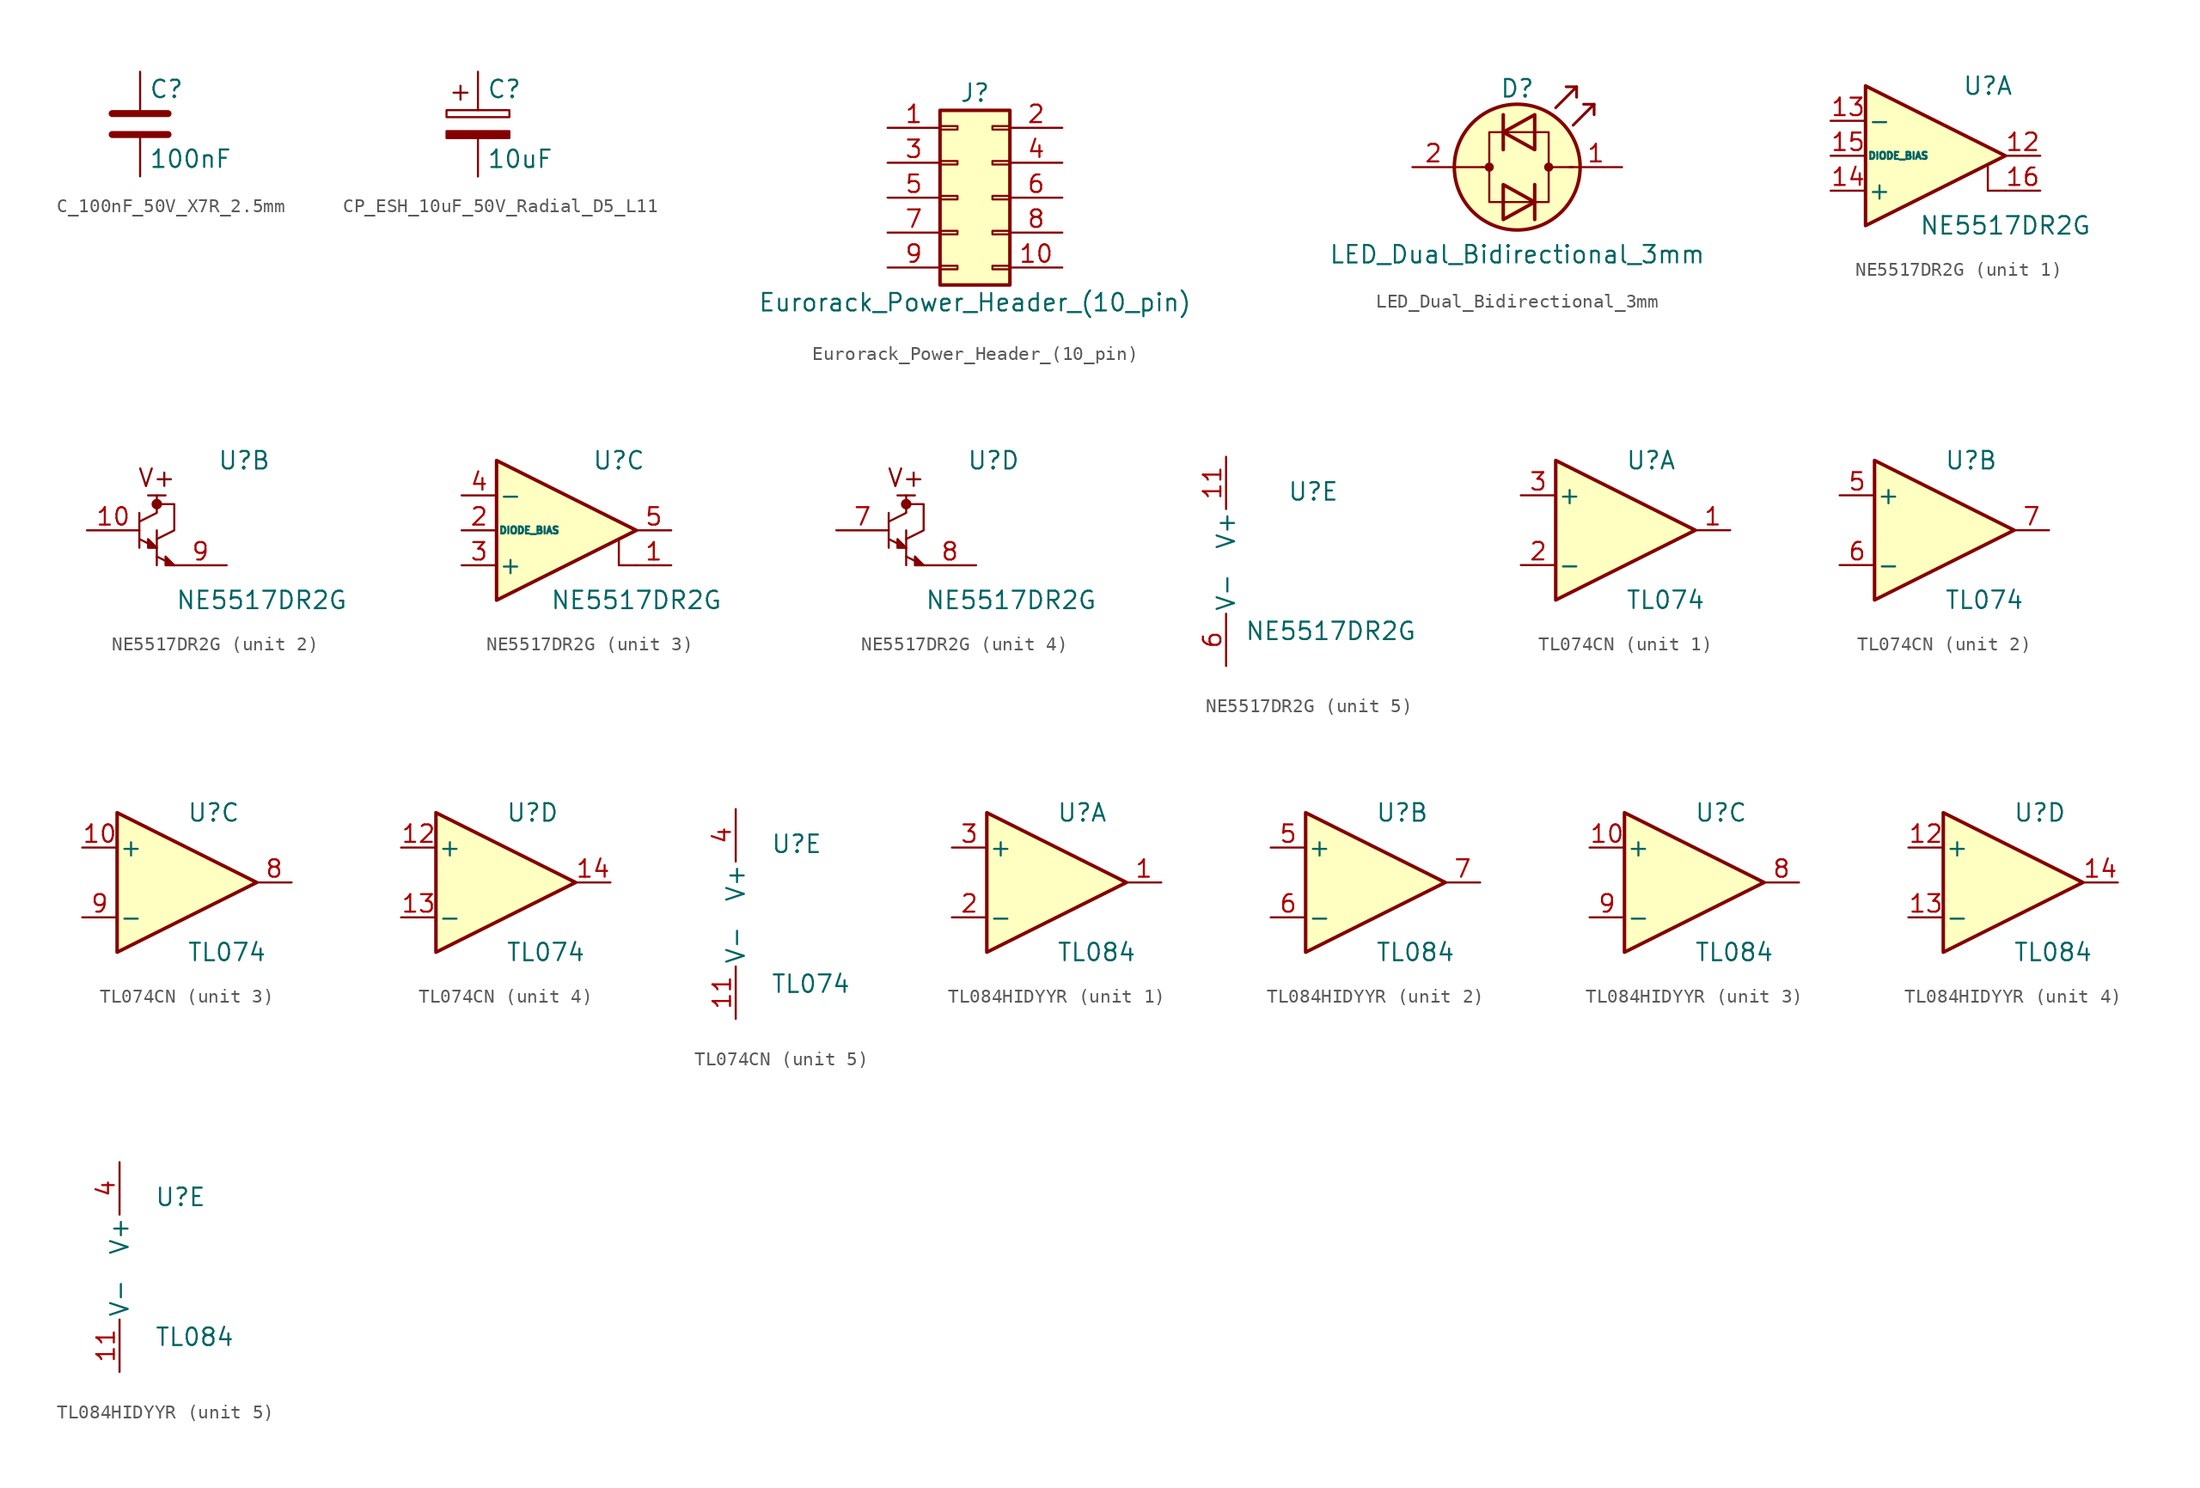
<source format=kicad_sym>
(kicad_symbol_lib
  (version 20241209)
  (generator "kicad_symbol_editor")
  (generator_version "9.0")
  (symbol "C_100nF_50V_X7R_2.5mm"
    (pin_numbers
      (hide yes))
    (pin_names
      (offset 0.254))
    (property "Reference" "C"
      (at 0.635 2.54 0)
      (effects (font (size 1.27 1.27)) (justify left)))
    (property "Value" "100nF"
      (at 0.635 -2.54 0)
      (effects (font (size 1.27 1.27)) (justify left)))
    (symbol "C_100nF_50V_X7R_2.5mm_0_1"
      (polyline (pts (xy -2.032 0.762) (xy 2.032 0.762)) (stroke (width 0.508) (type default)) (fill (type none)))
      (polyline (pts (xy -2.032 -0.762) (xy 2.032 -0.762)) (stroke (width 0.508) (type default)) (fill (type none))))
    (symbol "C_100nF_50V_X7R_2.5mm_1_1"
      (pin passive line (at 0 3.81 270) (length 2.794) (name "~" (effects (font (size 1.27 1.27)))) (number "1" (effects (font (size 1.27 1.27)))))
      (pin passive line (at 0 -3.81 90) (length 2.794) (name "~" (effects (font (size 1.27 1.27)))) (number "2" (effects (font (size 1.27 1.27)))))))
  (symbol "CP_ESH_10uF_50V_Radial_D5_L11"
    (pin_numbers
      (hide yes))
    (pin_names
      (offset 0.254))
    (property "Reference" "C"
      (at 0.635 2.54 0)
      (effects (font (size 1.27 1.27)) (justify left)))
    (property "Value" "10uF"
      (at 0.635 -2.54 0)
      (effects (font (size 1.27 1.27)) (justify left)))
    (symbol "CP_ESH_10uF_50V_Radial_D5_L11_0_1"
      (rectangle (start -2.286 0.508) (end 2.286 1.016) (stroke (width 0) (type default)) (fill (type none)))
      (polyline (pts (xy -1.778 2.286) (xy -0.762 2.286)) (stroke (width 0) (type default)) (fill (type none)))
      (polyline (pts (xy -1.27 2.794) (xy -1.27 1.778)) (stroke (width 0) (type default)) (fill (type none)))
      (rectangle (start 2.286 -0.508) (end -2.286 -1.016) (stroke (width 0) (type default)) (fill (type outline))))
    (symbol "CP_ESH_10uF_50V_Radial_D5_L11_1_1"
      (pin passive line (at 0 3.81 270) (length 2.794) (name "~" (effects (font (size 1.27 1.27)))) (number "1" (effects (font (size 1.27 1.27)))))
      (pin passive line (at 0 -3.81 90) (length 2.794) (name "~" (effects (font (size 1.27 1.27)))) (number "2" (effects (font (size 1.27 1.27)))))))
  (symbol "Eurorack_Power_Header_(10_pin)"
    (pin_names
      (offset 1.016)
      (hide yes))
    (property "Reference" "J"
      (at 1.27 7.62 0)
      (effects (font (size 1.27 1.27))))
    (property "Value" "Eurorack_Power_Header_(10_pin)"
      (at 1.27 -7.62 0)
      (effects (font (size 1.27 1.27))))
    (symbol "Eurorack_Power_Header_(10_pin)_1_1"
      (rectangle (start -1.27 6.35) (end 3.81 -6.35) (stroke (width 0.254) (type default)) (fill (type background)))
      (rectangle (start -1.27 5.207) (end 0 4.953) (stroke (width 0.152) (type default)) (fill (type none)))
      (rectangle (start -1.27 2.667) (end 0 2.413) (stroke (width 0.152) (type default)) (fill (type none)))
      (rectangle (start -1.27 0.127) (end 0 -0.127) (stroke (width 0.152) (type default)) (fill (type none)))
      (rectangle (start -1.27 -2.413) (end 0 -2.667) (stroke (width 0.152) (type default)) (fill (type none)))
      (rectangle (start -1.27 -4.953) (end 0 -5.207) (stroke (width 0.152) (type default)) (fill (type none)))
      (rectangle (start 3.81 5.207) (end 2.54 4.953) (stroke (width 0.152) (type default)) (fill (type none)))
      (rectangle (start 3.81 2.667) (end 2.54 2.413) (stroke (width 0.152) (type default)) (fill (type none)))
      (rectangle (start 3.81 0.127) (end 2.54 -0.127) (stroke (width 0.152) (type default)) (fill (type none)))
      (rectangle (start 3.81 -2.413) (end 2.54 -2.667) (stroke (width 0.152) (type default)) (fill (type none)))
      (rectangle (start 3.81 -4.953) (end 2.54 -5.207) (stroke (width 0.152) (type default)) (fill (type none)))
      (pin passive line (at -5.08 5.08 0) (length 3.81) (name "Pin_1" (effects (font (size 1.27 1.27)))) (number "1" (effects (font (size 1.27 1.27)))))
      (pin passive line (at -5.08 2.54 0) (length 3.81) (name "Pin_3" (effects (font (size 1.27 1.27)))) (number "3" (effects (font (size 1.27 1.27)))))
      (pin passive line (at -5.08 0 0) (length 3.81) (name "Pin_5" (effects (font (size 1.27 1.27)))) (number "5" (effects (font (size 1.27 1.27)))))
      (pin passive line (at -5.08 -2.54 0) (length 3.81) (name "Pin_7" (effects (font (size 1.27 1.27)))) (number "7" (effects (font (size 1.27 1.27)))))
      (pin passive line (at -5.08 -5.08 0) (length 3.81) (name "Pin_9" (effects (font (size 1.27 1.27)))) (number "9" (effects (font (size 1.27 1.27)))))
      (pin passive line (at 7.62 5.08 180) (length 3.81) (name "Pin_2" (effects (font (size 1.27 1.27)))) (number "2" (effects (font (size 1.27 1.27)))))
      (pin passive line (at 7.62 2.54 180) (length 3.81) (name "Pin_4" (effects (font (size 1.27 1.27)))) (number "4" (effects (font (size 1.27 1.27)))))
      (pin passive line (at 7.62 0 180) (length 3.81) (name "Pin_6" (effects (font (size 1.27 1.27)))) (number "6" (effects (font (size 1.27 1.27)))))
      (pin passive line (at 7.62 -2.54 180) (length 3.81) (name "Pin_8" (effects (font (size 1.27 1.27)))) (number "8" (effects (font (size 1.27 1.27)))))
      (pin passive line (at 7.62 -5.08 180) (length 3.81) (name "Pin_10" (effects (font (size 1.27 1.27)))) (number "10" (effects (font (size 1.27 1.27)))))))
  (symbol "LED_Dual_Bidirectional_3mm"
    (pin_names
      (offset 0)
      (hide yes))
    (property "Reference" "D"
      (at 0 5.715 0)
      (effects (font (size 1.27 1.27))))
    (property "Value" "LED_Dual_Bidirectional_3mm"
      (at 0 -6.35 0)
      (effects (font (size 1.27 1.27))))
    (symbol "LED_Dual_Bidirectional_3mm_0_1"
      (polyline (pts (xy -4.572 0) (xy -2.54 0)) (stroke (width 0) (type default)) (fill (type none)))
      (circle (center -2.032 0) (radius 0.254) (stroke (width 0) (type default)) (fill (type outline)))
      (polyline (pts (xy -2.032 0) (xy -2.54 0)) (stroke (width 0) (type default)) (fill (type none)))
      (polyline (pts (xy -1.016 3.81) (xy -1.016 1.27)) (stroke (width 0.254) (type default)) (fill (type none)))
      (polyline (pts (xy -1.016 -1.27) (xy -1.016 -3.81) (xy 1.27 -2.54) (xy -1.016 -1.27)) (stroke (width 0.254) (type default)) (fill (type none)))
      (circle (center 0 0) (radius 4.572) (stroke (width 0.254) (type default)) (fill (type background)))
      (polyline (pts (xy 1.27 3.81) (xy 1.27 1.27) (xy -1.016 2.54) (xy 1.27 3.81)) (stroke (width 0.254) (type default)) (fill (type none)))
      (polyline (pts (xy 1.27 -1.27) (xy 1.27 -3.81)) (stroke (width 0.254) (type default)) (fill (type none)))
      (polyline (pts (xy 2.286 2.54) (xy -2.032 2.54) (xy -2.032 -2.54) (xy 2.286 -2.54) (xy 2.286 2.54)) (stroke (width 0) (type default)) (fill (type none)))
      (circle (center 2.286 0) (radius 0.254) (stroke (width 0) (type default)) (fill (type outline)))
      (polyline (pts (xy 2.794 4.318) (xy 4.318 5.842) (xy 3.556 5.842)) (stroke (width 0.203) (type default)) (fill (type none)))
      (polyline (pts (xy 4.064 3.048) (xy 5.588 4.572) (xy 4.826 4.572)) (stroke (width 0.203) (type default)) (fill (type none)))
      (polyline (pts (xy 4.064 0) (xy 2.286 0)) (stroke (width 0) (type default)) (fill (type outline)))
      (polyline (pts (xy 4.318 5.842) (xy 4.318 5.08)) (stroke (width 0.203) (type default)) (fill (type none)))
      (polyline (pts (xy 5.588 4.572) (xy 5.588 3.81)) (stroke (width 0.203) (type default)) (fill (type none))))
    (symbol "LED_Dual_Bidirectional_3mm_1_1"
      (pin input line (at -7.62 0 0) (length 3.048) (name "AK" (effects (font (size 1.27 1.27)))) (number "2" (effects (font (size 1.27 1.27)))))
      (pin input line (at 7.62 0 180) (length 3.81) (name "KA" (effects (font (size 1.27 1.27)))) (number "1" (effects (font (size 1.27 1.27)))))))
  (symbol "NE5517DR2G"
    (pin_names
      (offset 0.127))
    (property "Reference" "U"
      (at 3.81 5.08 0)
      (effects (font (size 1.27 1.27))))
    (property "Value" "NE5517DR2G"
      (at 5.08 -5.08 0)
      (effects (font (size 1.27 1.27))))
    (property "ki_locked" ""
      (at 0 0 0)
      (effects (font (size 1.27 1.27))))
    (symbol "NE5517DR2G_1_1"
      (polyline (pts (xy 3.81 -0.635) (xy 3.81 -2.54) (xy 5.08 -2.54)) (stroke (width 0) (type default)) (fill (type none)))
      (polyline (pts (xy 5.08 0) (xy -5.08 -5.08) (xy -5.08 5.08) (xy 5.08 0)) (stroke (width 0.254) (type default)) (fill (type background)))
      (pin input line (at -7.62 2.54 0) (length 2.54) (name "-" (effects (font (size 1.27 1.27)))) (number "13" (effects (font (size 1.27 1.27)))))
      (pin input line (at -7.62 0 0) (length 2.54) (name "DIODE_BIAS" (effects (font (size 0.508 0.508)))) (number "15" (effects (font (size 1.27 1.27)))))
      (pin input line (at -7.62 -2.54 0) (length 2.54) (name "+" (effects (font (size 1.27 1.27)))) (number "14" (effects (font (size 1.27 1.27)))))
      (pin output line (at 7.62 0 180) (length 2.54) (name "~" (effects (font (size 1.27 1.27)))) (number "12" (effects (font (size 1.27 1.27)))))
      (pin input line (at 7.62 -2.54 180) (length 2.54) (name "~" (effects (font (size 1.27 1.27)))) (number "16" (effects (font (size 1.27 1.27))))))
    (symbol "NE5517DR2G_2_0"
      (polyline (pts (xy -1.905 2.54) (xy -3.175 2.54)) (stroke (width 0) (type default)) (fill (type none))))
    (symbol "NE5517DR2G_2_1"
      (polyline (pts (xy -3.81 1.27) (xy -3.81 -1.27)) (stroke (width 0) (type default)) (fill (type none)))
      (polyline (pts (xy -3.81 0.635) (xy -2.54 1.27) (xy -2.54 1.905) (xy -2.54 2.54)) (stroke (width 0) (type default)) (fill (type none)))
      (polyline (pts (xy -3.81 -0.635) (xy -2.54 -1.27)) (stroke (width 0) (type default)) (fill (type none)))
      (circle (center -2.54 1.905) (radius 0.254) (stroke (width 0.254) (type default)) (fill (type outline)))
      (polyline (pts (xy -2.54 0) (xy -2.54 -2.54)) (stroke (width 0) (type default)) (fill (type none)))
      (polyline (pts (xy -2.54 -0.635) (xy -1.27 0) (xy -1.27 1.905) (xy -2.54 1.905)) (stroke (width 0) (type default)) (fill (type none)))
      (polyline (pts (xy -2.54 -1.27) (xy -3.175 -0.635) (xy -3.175 -1.27) (xy -2.54 -1.27)) (stroke (width 0) (type default)) (fill (type outline)))
      (polyline (pts (xy -2.54 -1.905) (xy -1.27 -2.54)) (stroke (width 0) (type default)) (fill (type none)))
      (polyline (pts (xy -1.27 -2.54) (xy -1.905 -1.905) (xy -1.905 -2.54) (xy -1.27 -2.54)) (stroke (width 0) (type default)) (fill (type outline)))
      (text "V+" (at -2.54 3.81 0) (effects (font (size 1.27 1.27))))
      (pin input line (at -7.62 0 0) (length 3.81) (name "~" (effects (font (size 1.27 1.27)))) (number "10" (effects (font (size 1.27 1.27)))))
      (pin output line (at 2.54 -2.54 180) (length 3.81) (name "~" (effects (font (size 1.27 1.27)))) (number "9" (effects (font (size 1.27 1.27))))))
    (symbol "NE5517DR2G_3_1"
      (polyline (pts (xy 3.81 -0.635) (xy 3.81 -2.54) (xy 5.08 -2.54)) (stroke (width 0) (type default)) (fill (type none)))
      (polyline (pts (xy 5.08 0) (xy -5.08 -5.08) (xy -5.08 5.08) (xy 5.08 0)) (stroke (width 0.254) (type default)) (fill (type background)))
      (pin input line (at -7.62 2.54 0) (length 2.54) (name "-" (effects (font (size 1.27 1.27)))) (number "4" (effects (font (size 1.27 1.27)))))
      (pin input line (at -7.62 0 0) (length 2.54) (name "DIODE_BIAS" (effects (font (size 0.508 0.508)))) (number "2" (effects (font (size 1.27 1.27)))))
      (pin input line (at -7.62 -2.54 0) (length 2.54) (name "+" (effects (font (size 1.27 1.27)))) (number "3" (effects (font (size 1.27 1.27)))))
      (pin output line (at 7.62 0 180) (length 2.54) (name "~" (effects (font (size 1.27 1.27)))) (number "5" (effects (font (size 1.27 1.27)))))
      (pin input line (at 7.62 -2.54 180) (length 2.54) (name "~" (effects (font (size 1.27 1.27)))) (number "1" (effects (font (size 1.27 1.27))))))
    (symbol "NE5517DR2G_4_0"
      (polyline (pts (xy -3.175 2.54) (xy -1.905 2.54)) (stroke (width 0) (type default)) (fill (type none)))
      (text "V+" (at -2.54 3.81 0) (effects (font (size 1.27 1.27)))))
    (symbol "NE5517DR2G_4_1"
      (polyline (pts (xy -3.81 1.27) (xy -3.81 -1.27)) (stroke (width 0) (type default)) (fill (type none)))
      (polyline (pts (xy -3.81 0.635) (xy -2.54 1.27) (xy -2.54 2.54)) (stroke (width 0) (type default)) (fill (type none)))
      (polyline (pts (xy -3.81 -0.635) (xy -2.54 -1.27)) (stroke (width 0) (type default)) (fill (type none)))
      (circle (center -2.54 1.905) (radius 0.254) (stroke (width 0.254) (type default)) (fill (type outline)))
      (polyline (pts (xy -2.54 0) (xy -2.54 -2.54)) (stroke (width 0) (type default)) (fill (type none)))
      (polyline (pts (xy -2.54 -0.635) (xy -1.27 0) (xy -1.27 1.905) (xy -2.54 1.905)) (stroke (width 0) (type default)) (fill (type none)))
      (polyline (pts (xy -2.54 -1.27) (xy -3.175 -0.635) (xy -3.175 -1.27) (xy -2.54 -1.27)) (stroke (width 0) (type default)) (fill (type outline)))
      (polyline (pts (xy -2.54 -1.905) (xy -1.27 -2.54)) (stroke (width 0) (type default)) (fill (type none)))
      (polyline (pts (xy -1.27 -2.54) (xy -1.905 -1.905) (xy -1.905 -2.54) (xy -1.27 -2.54)) (stroke (width 0) (type default)) (fill (type outline)))
      (pin input line (at -7.62 0 0) (length 3.81) (name "~" (effects (font (size 1.27 1.27)))) (number "7" (effects (font (size 1.27 1.27)))))
      (pin output line (at 2.54 -2.54 180) (length 3.81) (name "~" (effects (font (size 1.27 1.27)))) (number "8" (effects (font (size 1.27 1.27))))))
    (symbol "NE5517DR2G_5_1"
      (pin power_in line (at -2.54 7.62 270) (length 3.81) (name "V+" (effects (font (size 1.27 1.27)))) (number "11" (effects (font (size 1.27 1.27)))))
      (pin power_in line (at -2.54 -7.62 90) (length 3.81) (name "V-" (effects (font (size 1.27 1.27)))) (number "6" (effects (font (size 1.27 1.27)))))))
  (symbol "TL074CN"
    (pin_names
      (offset 0.127))
    (property "Reference" "U"
      (at 0 5.08 0)
      (effects (font (size 1.27 1.27)) (justify left)))
    (property "Value" "TL074"
      (at 0 -5.08 0)
      (effects (font (size 1.27 1.27)) (justify left)))
    (property "ki_locked" ""
      (at 0 0 0)
      (effects (font (size 1.27 1.27))))
    (symbol "TL074CN_1_1"
      (polyline (pts (xy -5.08 5.08) (xy 5.08 0) (xy -5.08 -5.08) (xy -5.08 5.08)) (stroke (width 0.254) (type default)) (fill (type background)))
      (pin input line (at -7.62 2.54 0) (length 2.54) (name "+" (effects (font (size 1.27 1.27)))) (number "3" (effects (font (size 1.27 1.27)))))
      (pin input line (at -7.62 -2.54 0) (length 2.54) (name "-" (effects (font (size 1.27 1.27)))) (number "2" (effects (font (size 1.27 1.27)))))
      (pin output line (at 7.62 0 180) (length 2.54) (name "~" (effects (font (size 1.27 1.27)))) (number "1" (effects (font (size 1.27 1.27))))))
    (symbol "TL074CN_2_1"
      (polyline (pts (xy -5.08 5.08) (xy 5.08 0) (xy -5.08 -5.08) (xy -5.08 5.08)) (stroke (width 0.254) (type default)) (fill (type background)))
      (pin input line (at -7.62 2.54 0) (length 2.54) (name "+" (effects (font (size 1.27 1.27)))) (number "5" (effects (font (size 1.27 1.27)))))
      (pin input line (at -7.62 -2.54 0) (length 2.54) (name "-" (effects (font (size 1.27 1.27)))) (number "6" (effects (font (size 1.27 1.27)))))
      (pin output line (at 7.62 0 180) (length 2.54) (name "~" (effects (font (size 1.27 1.27)))) (number "7" (effects (font (size 1.27 1.27))))))
    (symbol "TL074CN_3_1"
      (polyline (pts (xy -5.08 5.08) (xy 5.08 0) (xy -5.08 -5.08) (xy -5.08 5.08)) (stroke (width 0.254) (type default)) (fill (type background)))
      (pin input line (at -7.62 2.54 0) (length 2.54) (name "+" (effects (font (size 1.27 1.27)))) (number "10" (effects (font (size 1.27 1.27)))))
      (pin input line (at -7.62 -2.54 0) (length 2.54) (name "-" (effects (font (size 1.27 1.27)))) (number "9" (effects (font (size 1.27 1.27)))))
      (pin output line (at 7.62 0 180) (length 2.54) (name "~" (effects (font (size 1.27 1.27)))) (number "8" (effects (font (size 1.27 1.27))))))
    (symbol "TL074CN_4_1"
      (polyline (pts (xy -5.08 5.08) (xy 5.08 0) (xy -5.08 -5.08) (xy -5.08 5.08)) (stroke (width 0.254) (type default)) (fill (type background)))
      (pin input line (at -7.62 2.54 0) (length 2.54) (name "+" (effects (font (size 1.27 1.27)))) (number "12" (effects (font (size 1.27 1.27)))))
      (pin input line (at -7.62 -2.54 0) (length 2.54) (name "-" (effects (font (size 1.27 1.27)))) (number "13" (effects (font (size 1.27 1.27)))))
      (pin output line (at 7.62 0 180) (length 2.54) (name "~" (effects (font (size 1.27 1.27)))) (number "14" (effects (font (size 1.27 1.27))))))
    (symbol "TL074CN_5_1"
      (pin power_in line (at -2.54 7.62 270) (length 3.81) (name "V+" (effects (font (size 1.27 1.27)))) (number "4" (effects (font (size 1.27 1.27)))))
      (pin power_in line (at -2.54 -7.62 90) (length 3.81) (name "V-" (effects (font (size 1.27 1.27)))) (number "11" (effects (font (size 1.27 1.27)))))))
  (symbol "TL084HIDYYR"
    (pin_names
      (offset 0.127))
    (property "Reference" "U"
      (at 0 5.08 0)
      (effects (font (size 1.27 1.27)) (justify left)))
    (property "Value" "TL084"
      (at 0 -5.08 0)
      (effects (font (size 1.27 1.27)) (justify left)))
    (property "ki_locked" ""
      (at 0 0 0)
      (effects (font (size 1.27 1.27))))
    (symbol "TL084HIDYYR_1_1"
      (polyline (pts (xy -5.08 5.08) (xy 5.08 0) (xy -5.08 -5.08) (xy -5.08 5.08)) (stroke (width 0.254) (type default)) (fill (type background)))
      (pin input line (at -7.62 2.54 0) (length 2.54) (name "+" (effects (font (size 1.27 1.27)))) (number "3" (effects (font (size 1.27 1.27)))))
      (pin input line (at -7.62 -2.54 0) (length 2.54) (name "-" (effects (font (size 1.27 1.27)))) (number "2" (effects (font (size 1.27 1.27)))))
      (pin output line (at 7.62 0 180) (length 2.54) (name "~" (effects (font (size 1.27 1.27)))) (number "1" (effects (font (size 1.27 1.27))))))
    (symbol "TL084HIDYYR_2_1"
      (polyline (pts (xy -5.08 5.08) (xy 5.08 0) (xy -5.08 -5.08) (xy -5.08 5.08)) (stroke (width 0.254) (type default)) (fill (type background)))
      (pin input line (at -7.62 2.54 0) (length 2.54) (name "+" (effects (font (size 1.27 1.27)))) (number "5" (effects (font (size 1.27 1.27)))))
      (pin input line (at -7.62 -2.54 0) (length 2.54) (name "-" (effects (font (size 1.27 1.27)))) (number "6" (effects (font (size 1.27 1.27)))))
      (pin output line (at 7.62 0 180) (length 2.54) (name "~" (effects (font (size 1.27 1.27)))) (number "7" (effects (font (size 1.27 1.27))))))
    (symbol "TL084HIDYYR_3_1"
      (polyline (pts (xy -5.08 5.08) (xy 5.08 0) (xy -5.08 -5.08) (xy -5.08 5.08)) (stroke (width 0.254) (type default)) (fill (type background)))
      (pin input line (at -7.62 2.54 0) (length 2.54) (name "+" (effects (font (size 1.27 1.27)))) (number "10" (effects (font (size 1.27 1.27)))))
      (pin input line (at -7.62 -2.54 0) (length 2.54) (name "-" (effects (font (size 1.27 1.27)))) (number "9" (effects (font (size 1.27 1.27)))))
      (pin output line (at 7.62 0 180) (length 2.54) (name "~" (effects (font (size 1.27 1.27)))) (number "8" (effects (font (size 1.27 1.27))))))
    (symbol "TL084HIDYYR_4_1"
      (polyline (pts (xy -5.08 5.08) (xy 5.08 0) (xy -5.08 -5.08) (xy -5.08 5.08)) (stroke (width 0.254) (type default)) (fill (type background)))
      (pin input line (at -7.62 2.54 0) (length 2.54) (name "+" (effects (font (size 1.27 1.27)))) (number "12" (effects (font (size 1.27 1.27)))))
      (pin input line (at -7.62 -2.54 0) (length 2.54) (name "-" (effects (font (size 1.27 1.27)))) (number "13" (effects (font (size 1.27 1.27)))))
      (pin output line (at 7.62 0 180) (length 2.54) (name "~" (effects (font (size 1.27 1.27)))) (number "14" (effects (font (size 1.27 1.27))))))
    (symbol "TL084HIDYYR_5_1"
      (pin power_in line (at -2.54 7.62 270) (length 3.81) (name "V+" (effects (font (size 1.27 1.27)))) (number "4" (effects (font (size 1.27 1.27)))))
      (pin power_in line (at -2.54 -7.62 90) (length 3.81) (name "V-" (effects (font (size 1.27 1.27)))) (number "11" (effects (font (size 1.27 1.27))))))))
</source>
